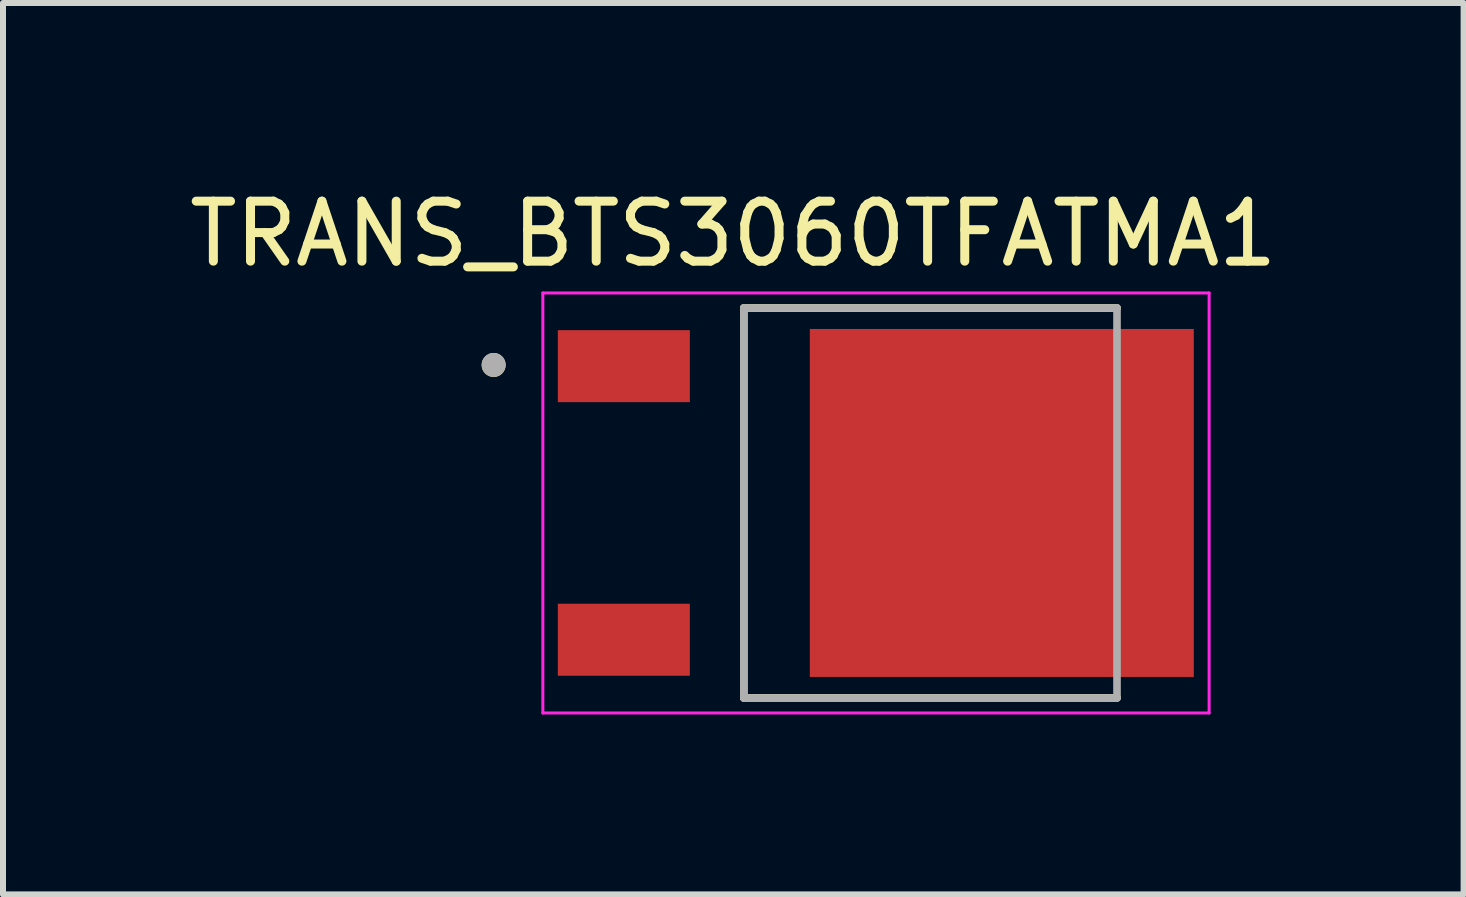
<source format=kicad_pcb>
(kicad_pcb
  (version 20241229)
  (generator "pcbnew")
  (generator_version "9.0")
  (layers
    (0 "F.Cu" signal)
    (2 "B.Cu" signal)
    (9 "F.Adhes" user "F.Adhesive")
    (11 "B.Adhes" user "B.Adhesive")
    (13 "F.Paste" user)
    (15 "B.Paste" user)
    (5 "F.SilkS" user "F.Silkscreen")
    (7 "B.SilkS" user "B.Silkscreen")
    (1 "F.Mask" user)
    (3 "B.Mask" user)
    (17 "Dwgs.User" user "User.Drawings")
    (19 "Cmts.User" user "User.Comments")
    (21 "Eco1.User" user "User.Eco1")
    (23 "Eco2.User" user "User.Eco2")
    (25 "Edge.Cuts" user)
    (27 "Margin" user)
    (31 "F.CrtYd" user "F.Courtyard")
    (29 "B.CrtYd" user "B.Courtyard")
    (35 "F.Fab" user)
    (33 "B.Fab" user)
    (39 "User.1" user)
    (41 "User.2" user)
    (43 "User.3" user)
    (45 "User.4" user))
  (footprint "TRANS_BTS3060TFATMA1"
    (layer "F.Cu")
    (at 11.578 5.333)
    (property "Reference" "TRANS_BTS3060TFATMA1" (at -2.405 -4.485 0) (layer "F.SilkS") (effects (font (size 1 1) (thickness 0.15))))
    (attr smd)
    (fp_line (start -2.23 -3.25) (end 3.99 -3.25) (stroke (width 0.127) (type solid)) (layer "F.SilkS"))
    (fp_line (start -2.23 3.25) (end -2.23 -3.25) (stroke (width 0.127) (type solid)) (layer "F.SilkS"))
    (fp_line (start 3.99 3.25) (end -2.23 3.25) (stroke (width 0.127) (type solid)) (layer "F.SilkS"))
    (fp_circle (center -6.4 -2.3) (end -6.3 -2.3) (stroke (width 0.2) (type solid)) (fill no) (layer "F.SilkS"))
    (fp_poly (pts (xy -5.28 -2.83) (xy -3.18 -2.83) (xy -3.18 -1.73) (xy -5.28 -1.73)) (stroke (width 0.01) (type solid)) (fill yes) (layer "F.Paste"))
    (fp_poly (pts (xy -5.28 1.73) (xy -3.18 1.73) (xy -3.18 2.83) (xy -5.28 2.83)) (stroke (width 0.01) (type solid)) (fill yes) (layer "F.Paste"))
    (fp_poly (pts (xy -1.08 -2.85) (xy 1.92 -2.85) (xy 1.92 -0.15) (xy -1.08 -0.15)) (stroke (width 0.01) (type solid)) (fill yes) (layer "F.Paste"))
    (fp_poly (pts (xy -1.08 0.15) (xy 1.92 0.15) (xy 1.92 2.85) (xy -1.08 2.85)) (stroke (width 0.01) (type solid)) (fill yes) (layer "F.Paste"))
    (fp_poly (pts (xy 2.22 -2.85) (xy 5.22 -2.85) (xy 5.22 -0.15) (xy 2.22 -0.15)) (stroke (width 0.01) (type solid)) (fill yes) (layer "F.Paste"))
    (fp_poly (pts (xy 2.22 0.15) (xy 5.22 0.15) (xy 5.22 2.85) (xy 2.22 2.85)) (stroke (width 0.01) (type solid)) (fill yes) (layer "F.Paste"))
    (fp_line (start -5.58 -3.5) (end 5.525 -3.5) (stroke (width 0.05) (type solid)) (layer "F.CrtYd"))
    (fp_line (start -5.58 3.5) (end -5.58 -3.5) (stroke (width 0.05) (type solid)) (layer "F.CrtYd"))
    (fp_line (start 5.525 -3.5) (end 5.525 3.5) (stroke (width 0.05) (type solid)) (layer "F.CrtYd"))
    (fp_line (start 5.525 3.5) (end -5.58 3.5) (stroke (width 0.05) (type solid)) (layer "F.CrtYd"))
    (fp_line (start -2.23 -3.25) (end 3.99 -3.25) (stroke (width 0.127) (type solid)) (layer "F.Fab"))
    (fp_line (start -2.23 3.25) (end -2.23 -3.25) (stroke (width 0.127) (type solid)) (layer "F.Fab"))
    (fp_line (start 3.99 -3.25) (end 3.99 3.25) (stroke (width 0.127) (type solid)) (layer "F.Fab"))
    (fp_line (start 3.99 3.25) (end -2.23 3.25) (stroke (width 0.127) (type solid)) (layer "F.Fab"))
    (fp_circle (center -6.4 -2.3) (end -6.3 -2.3) (stroke (width 0.2) (type solid)) (fill no) (layer "F.Fab"))
    (pad "1" smd rect (at -4.23 -2.28) (size 2.2 1.2) (layers "F.Cu" "F.Mask"))
    (pad "2" smd rect (at 2.07 0) (size 6.4 5.8) (layers "F.Cu" "F.Mask"))
    (pad "3" smd rect (at -4.23 2.28) (size 2.2 1.2) (layers "F.Cu" "F.Mask")))
  (gr_rect
    (start -3 -3)
    (end 21.345 11.858)
    (stroke (width 0.1) (type default))
    (fill no)
    (layer "Edge.Cuts")))
</source>
